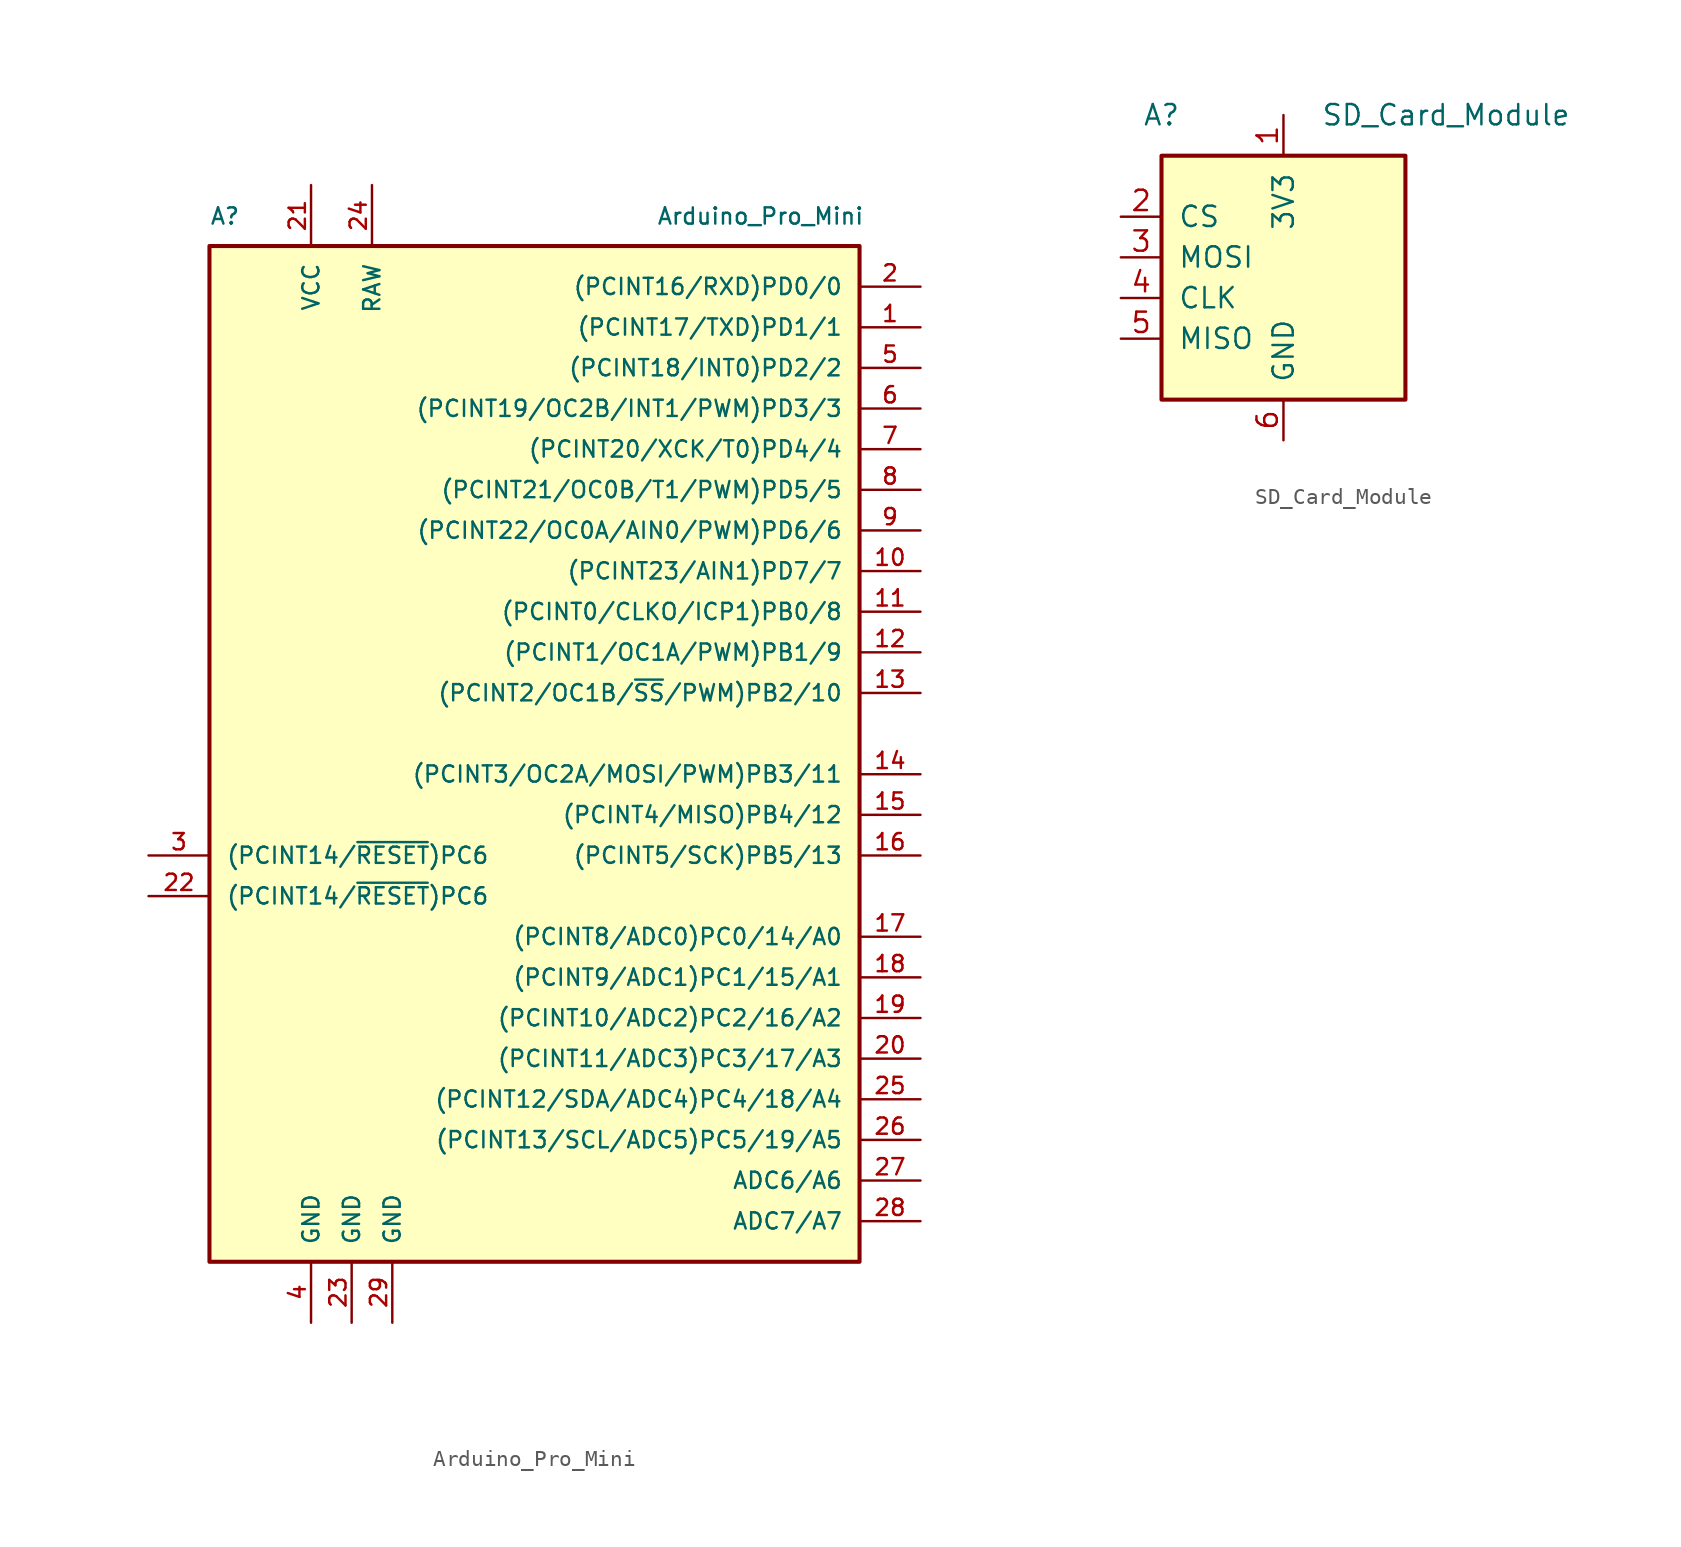
<source format=kicad_sym>
(kicad_symbol_lib
  (version 20220914)
  (generator kicad_symbol_editor)
  (symbol "Arduino_Pro_Mini"
    (pin_names
      (offset 1.016))
    (property "Reference" "A"
      (at -19.05 31.75 0)
      (effects (font (size 1.016 1.016)) (justify left bottom)))
    (property "Value" "Arduino_Pro_Mini"
      (at 8.89 31.75 0)
      (effects (font (size 1.016 1.016)) (justify left bottom)))
    (property "Datasheet" ""
      (at 0 0 0)
      (effects (font (size 1.524 1.524))))
    (symbol "Arduino_Pro_Mini_0_1"
      (rectangle (start -19.05 30.48) (end 21.59 -33.02) (stroke (width 0.254) (type solid)) (fill (type background))))
    (symbol "Arduino_Pro_Mini_1_1"
      (pin bidirectional line (at 25.4 25.4 180) (length 3.81) (name "(PCINT17/TXD)PD1/1" (effects (font (size 1.016 1.016)))) (number "1" (effects (font (size 1.016 1.016)))))
      (pin bidirectional line (at 25.4 10.16 180) (length 3.81) (name "(PCINT23/AIN1)PD7/7" (effects (font (size 1.016 1.016)))) (number "10" (effects (font (size 1.016 1.016)))))
      (pin bidirectional line (at 25.4 7.62 180) (length 3.81) (name "(PCINT0/CLKO/ICP1)PB0/8" (effects (font (size 1.016 1.016)))) (number "11" (effects (font (size 1.016 1.016)))))
      (pin bidirectional line (at 25.4 5.08 180) (length 3.81) (name "(PCINT1/OC1A/PWM)PB1/9" (effects (font (size 1.016 1.016)))) (number "12" (effects (font (size 1.016 1.016)))))
      (pin bidirectional line (at 25.4 2.54 180) (length 3.81) (name "(PCINT2/OC1B/~{SS}/PWM)PB2/10" (effects (font (size 1.016 1.016)))) (number "13" (effects (font (size 1.016 1.016)))))
      (pin bidirectional line (at 25.4 -2.54 180) (length 3.81) (name "(PCINT3/OC2A/MOSI/PWM)PB3/11" (effects (font (size 1.016 1.016)))) (number "14" (effects (font (size 1.016 1.016)))))
      (pin bidirectional line (at 25.4 -5.08 180) (length 3.81) (name "(PCINT4/MISO)PB4/12" (effects (font (size 1.016 1.016)))) (number "15" (effects (font (size 1.016 1.016)))))
      (pin bidirectional line (at 25.4 -7.62 180) (length 3.81) (name "(PCINT5/SCK)PB5/13" (effects (font (size 1.016 1.016)))) (number "16" (effects (font (size 1.016 1.016)))))
      (pin bidirectional line (at 25.4 -12.7 180) (length 3.81) (name "(PCINT8/ADC0)PC0/14/A0" (effects (font (size 1.016 1.016)))) (number "17" (effects (font (size 1.016 1.016)))))
      (pin bidirectional line (at 25.4 -15.24 180) (length 3.81) (name "(PCINT9/ADC1)PC1/15/A1" (effects (font (size 1.016 1.016)))) (number "18" (effects (font (size 1.016 1.016)))))
      (pin bidirectional line (at 25.4 -17.78 180) (length 3.81) (name "(PCINT10/ADC2)PC2/16/A2" (effects (font (size 1.016 1.016)))) (number "19" (effects (font (size 1.016 1.016)))))
      (pin bidirectional line (at 25.4 27.94 180) (length 3.81) (name "(PCINT16/RXD)PD0/0" (effects (font (size 1.016 1.016)))) (number "2" (effects (font (size 1.016 1.016)))))
      (pin bidirectional line (at 25.4 -20.32 180) (length 3.81) (name "(PCINT11/ADC3)PC3/17/A3" (effects (font (size 1.016 1.016)))) (number "20" (effects (font (size 1.016 1.016)))))
      (pin power_in line (at -12.7 34.29 270) (length 3.81) (name "VCC" (effects (font (size 1.016 1.016)))) (number "21" (effects (font (size 1.016 1.016)))))
      (pin bidirectional line (at -22.86 -10.16 0) (length 3.81) (name "(PCINT14/~{RESET})PC6" (effects (font (size 1.016 1.016)))) (number "22" (effects (font (size 1.016 1.016)))))
      (pin power_in line (at -10.16 -36.83 90) (length 3.81) (name "GND" (effects (font (size 1.016 1.016)))) (number "23" (effects (font (size 1.016 1.016)))))
      (pin power_in line (at -8.89 34.29 270) (length 3.81) (name "RAW" (effects (font (size 1.016 1.016)))) (number "24" (effects (font (size 1.016 1.016)))))
      (pin bidirectional line (at 25.4 -22.86 180) (length 3.81) (name "(PCINT12/SDA/ADC4)PC4/18/A4" (effects (font (size 1.016 1.016)))) (number "25" (effects (font (size 1.016 1.016)))))
      (pin bidirectional line (at 25.4 -25.4 180) (length 3.81) (name "(PCINT13/SCL/ADC5)PC5/19/A5" (effects (font (size 1.016 1.016)))) (number "26" (effects (font (size 1.016 1.016)))))
      (pin input line (at 25.4 -27.94 180) (length 3.81) (name "ADC6/A6" (effects (font (size 1.016 1.016)))) (number "27" (effects (font (size 1.016 1.016)))))
      (pin input line (at 25.4 -30.48 180) (length 3.81) (name "ADC7/A7" (effects (font (size 1.016 1.016)))) (number "28" (effects (font (size 1.016 1.016)))))
      (pin power_in line (at -7.62 -36.83 90) (length 3.81) (name "GND" (effects (font (size 1.016 1.016)))) (number "29" (effects (font (size 1.016 1.016)))))
      (pin bidirectional line (at -22.86 -7.62 0) (length 3.81) (name "(PCINT14/~{RESET})PC6" (effects (font (size 1.016 1.016)))) (number "3" (effects (font (size 1.016 1.016)))))
      (pin power_in line (at -12.7 -36.83 90) (length 3.81) (name "GND" (effects (font (size 1.016 1.016)))) (number "4" (effects (font (size 1.016 1.016)))))
      (pin bidirectional line (at 25.4 22.86 180) (length 3.81) (name "(PCINT18/INT0)PD2/2" (effects (font (size 1.016 1.016)))) (number "5" (effects (font (size 1.016 1.016)))))
      (pin bidirectional line (at 25.4 20.32 180) (length 3.81) (name "(PCINT19/OC2B/INT1/PWM)PD3/3" (effects (font (size 1.016 1.016)))) (number "6" (effects (font (size 1.016 1.016)))))
      (pin bidirectional line (at 25.4 17.78 180) (length 3.81) (name "(PCINT20/XCK/T0)PD4/4" (effects (font (size 1.016 1.016)))) (number "7" (effects (font (size 1.016 1.016)))))
      (pin bidirectional line (at 25.4 15.24 180) (length 3.81) (name "(PCINT21/OC0B/T1/PWM)PD5/5" (effects (font (size 1.016 1.016)))) (number "8" (effects (font (size 1.016 1.016)))))
      (pin bidirectional line (at 25.4 12.7 180) (length 3.81) (name "(PCINT22/OC0A/AIN0/PWM)PD6/6" (effects (font (size 1.016 1.016)))) (number "9" (effects (font (size 1.016 1.016)))))))
  (symbol "SD_Card_Module"
    (pin_names
      (offset 1.016))
    (property "Reference" "A"
      (at -7.62 10.16 0)
      (effects (font (size 1.27 1.27))))
    (property "Value" "SD_Card_Module"
      (at 10.16 10.16 0)
      (effects (font (size 1.27 1.27))))
    (symbol "SD_Card_Module_0_1"
      (rectangle (start -7.62 7.62) (end 7.62 -7.62) (stroke (width 0.254) (type solid)) (fill (type background))))
    (symbol "SD_Card_Module_1_1"
      (pin power_in line (at 0 10.16 270) (length 2.54) (name "3V3" (effects (font (size 1.27 1.27)))) (number "1" (effects (font (size 1.27 1.27)))))
      (pin input line (at -10.16 3.81 0) (length 2.54) (name "CS" (effects (font (size 1.27 1.27)))) (number "2" (effects (font (size 1.27 1.27)))))
      (pin input line (at -10.16 1.27 0) (length 2.54) (name "MOSI" (effects (font (size 1.27 1.27)))) (number "3" (effects (font (size 1.27 1.27)))))
      (pin input line (at -10.16 -1.27 0) (length 2.54) (name "CLK" (effects (font (size 1.27 1.27)))) (number "4" (effects (font (size 1.27 1.27)))))
      (pin output line (at -10.16 -3.81 0) (length 2.54) (name "MISO" (effects (font (size 1.27 1.27)))) (number "5" (effects (font (size 1.27 1.27)))))
      (pin power_in line (at 0 -10.16 90) (length 2.54) (name "GND" (effects (font (size 1.27 1.27)))) (number "6" (effects (font (size 1.27 1.27))))))))
</source>
